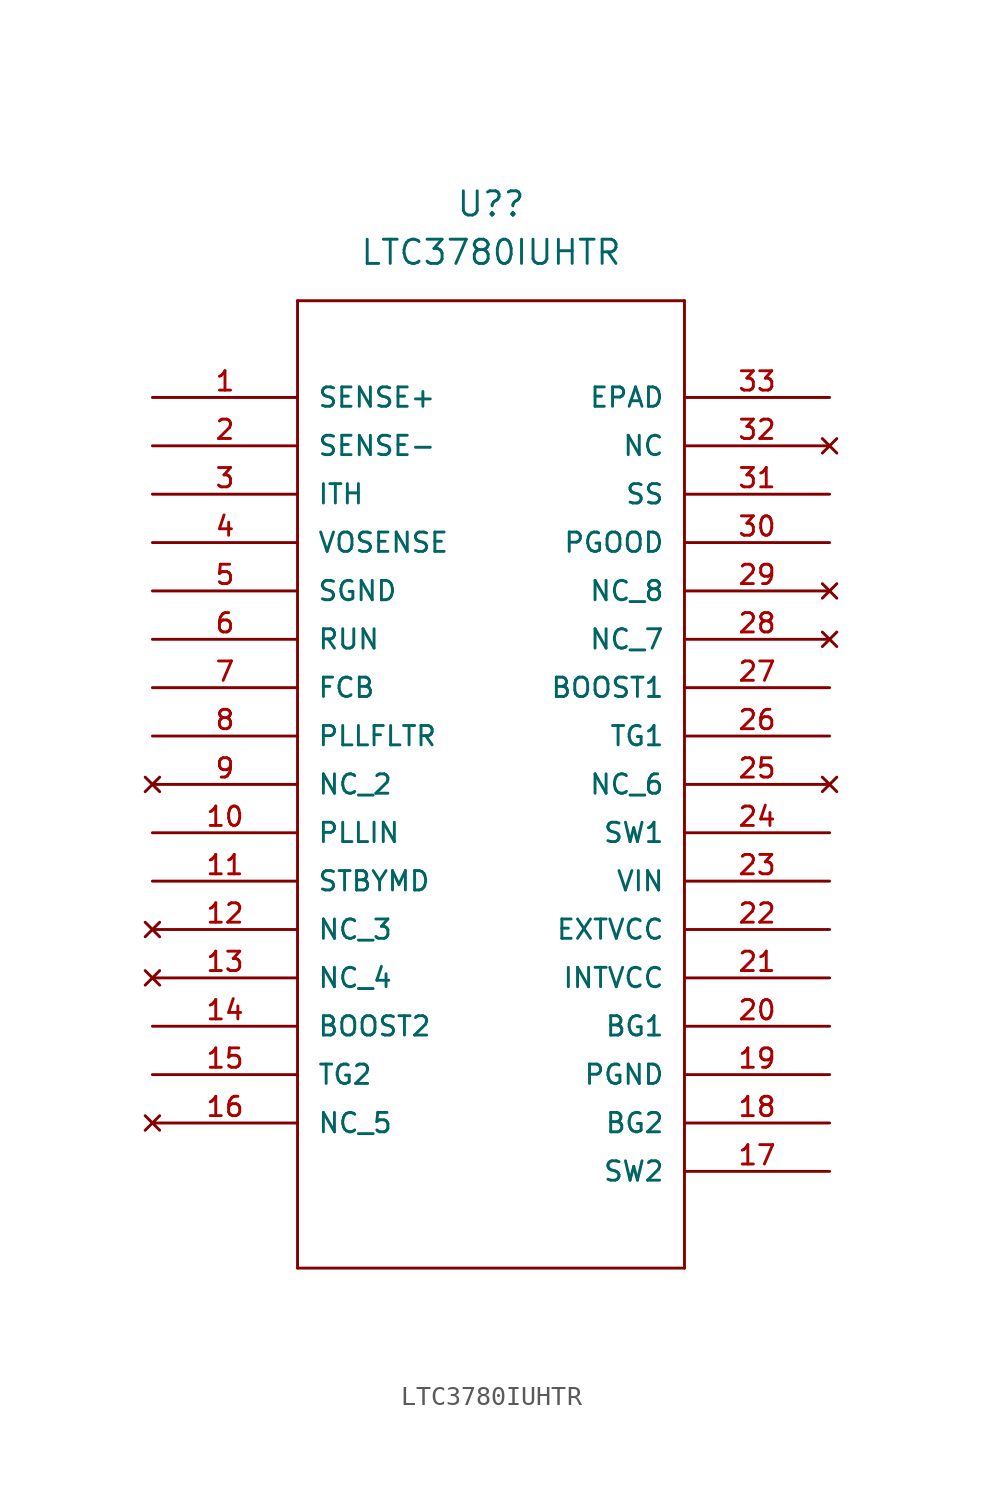
<source format=kicad_sym>
(kicad_symbol_lib
  (version 20211014)
  (generator kicad_symbol_editor)
  (symbol "LTC3780IUHTR"
    (pin_names
      (offset 1.016))
    (property "Reference" "U?"
      (at 17.78 10.16 0)
      (effects (font (size 1.27 1.27))))
    (property "Value" "LTC3780IUHTR"
      (at 17.78 7.62 0)
      (effects (font (size 1.27 1.27))))
    (property "ki_locked" ""
      (at 0 0 0)
      (effects (font (size 1.27 1.27))))
    (symbol "LTC3780IUHTR_0_0"
      (polyline (pts (xy 7.62 -45.72) (xy 27.94 -45.72)) (stroke (width 0.152) (type default) (color 0 0 0 0)) (fill (type none)))
      (polyline (pts (xy 7.62 5.08) (xy 7.62 -45.72)) (stroke (width 0.152) (type default) (color 0 0 0 0)) (fill (type none)))
      (polyline (pts (xy 27.94 -45.72) (xy 27.94 5.08)) (stroke (width 0.152) (type default) (color 0 0 0 0)) (fill (type none)))
      (polyline (pts (xy 27.94 5.08) (xy 7.62 5.08)) (stroke (width 0.152) (type default) (color 0 0 0 0)) (fill (type none)))
      (pin input line (at 0 0 0) (length 7.62) (name "SENSE+" (effects (font (size 1.016 1.016)))) (number "1" (effects (font (size 1.016 1.016)))))
      (pin input line (at 0 -22.86 0) (length 7.62) (name "PLLIN" (effects (font (size 1.016 1.016)))) (number "10" (effects (font (size 1.016 1.016)))))
      (pin passive line (at 0 -25.4 0) (length 7.62) (name "STBYMD" (effects (font (size 1.016 1.016)))) (number "11" (effects (font (size 1.016 1.016)))))
      (pin no_connect line (at 0 -27.94 0) (length 7.62) (name "NC_3" (effects (font (size 1.016 1.016)))) (number "12" (effects (font (size 1.016 1.016)))))
      (pin no_connect line (at 0 -30.48 0) (length 7.62) (name "NC_4" (effects (font (size 1.016 1.016)))) (number "13" (effects (font (size 1.016 1.016)))))
      (pin passive line (at 0 -33.02 0) (length 7.62) (name "BOOST2" (effects (font (size 1.016 1.016)))) (number "14" (effects (font (size 1.016 1.016)))))
      (pin passive line (at 0 -35.56 0) (length 7.62) (name "TG2" (effects (font (size 1.016 1.016)))) (number "15" (effects (font (size 1.016 1.016)))))
      (pin no_connect line (at 0 -38.1 0) (length 7.62) (name "NC_5" (effects (font (size 1.016 1.016)))) (number "16" (effects (font (size 1.016 1.016)))))
      (pin passive line (at 35.56 -40.64 180) (length 7.62) (name "SW2" (effects (font (size 1.016 1.016)))) (number "17" (effects (font (size 1.016 1.016)))))
      (pin passive line (at 35.56 -38.1 180) (length 7.62) (name "BG2" (effects (font (size 1.016 1.016)))) (number "18" (effects (font (size 1.016 1.016)))))
      (pin power_in line (at 35.56 -35.56 180) (length 7.62) (name "PGND" (effects (font (size 1.016 1.016)))) (number "19" (effects (font (size 1.016 1.016)))))
      (pin input line (at 0 -2.54 0) (length 7.62) (name "SENSE-" (effects (font (size 1.016 1.016)))) (number "2" (effects (font (size 1.016 1.016)))))
      (pin passive line (at 35.56 -33.02 180) (length 7.62) (name "BG1" (effects (font (size 1.016 1.016)))) (number "20" (effects (font (size 1.016 1.016)))))
      (pin output line (at 35.56 -30.48 180) (length 7.62) (name "INTVCC" (effects (font (size 1.016 1.016)))) (number "21" (effects (font (size 1.016 1.016)))))
      (pin input line (at 35.56 -27.94 180) (length 7.62) (name "EXTVCC" (effects (font (size 1.016 1.016)))) (number "22" (effects (font (size 1.016 1.016)))))
      (pin input line (at 35.56 -25.4 180) (length 7.62) (name "VIN" (effects (font (size 1.016 1.016)))) (number "23" (effects (font (size 1.016 1.016)))))
      (pin passive line (at 35.56 -22.86 180) (length 7.62) (name "SW1" (effects (font (size 1.016 1.016)))) (number "24" (effects (font (size 1.016 1.016)))))
      (pin no_connect line (at 35.56 -20.32 180) (length 7.62) (name "NC_6" (effects (font (size 1.016 1.016)))) (number "25" (effects (font (size 1.016 1.016)))))
      (pin passive line (at 35.56 -17.78 180) (length 7.62) (name "TG1" (effects (font (size 1.016 1.016)))) (number "26" (effects (font (size 1.016 1.016)))))
      (pin passive line (at 35.56 -15.24 180) (length 7.62) (name "BOOST1" (effects (font (size 1.016 1.016)))) (number "27" (effects (font (size 1.016 1.016)))))
      (pin no_connect line (at 35.56 -12.7 180) (length 7.62) (name "NC_7" (effects (font (size 1.016 1.016)))) (number "28" (effects (font (size 1.016 1.016)))))
      (pin no_connect line (at 35.56 -10.16 180) (length 7.62) (name "NC_8" (effects (font (size 1.016 1.016)))) (number "29" (effects (font (size 1.016 1.016)))))
      (pin passive line (at 0 -5.08 0) (length 7.62) (name "ITH" (effects (font (size 1.016 1.016)))) (number "3" (effects (font (size 1.016 1.016)))))
      (pin output line (at 35.56 -7.62 180) (length 7.62) (name "PGOOD" (effects (font (size 1.016 1.016)))) (number "30" (effects (font (size 1.016 1.016)))))
      (pin input line (at 35.56 -5.08 180) (length 7.62) (name "SS" (effects (font (size 1.016 1.016)))) (number "31" (effects (font (size 1.016 1.016)))))
      (pin no_connect line (at 35.56 -2.54 180) (length 7.62) (name "NC" (effects (font (size 1.016 1.016)))) (number "32" (effects (font (size 1.016 1.016)))))
      (pin passive line (at 35.56 0 180) (length 7.62) (name "EPAD" (effects (font (size 1.016 1.016)))) (number "33" (effects (font (size 1.016 1.016)))))
      (pin input line (at 0 -7.62 0) (length 7.62) (name "VOSENSE" (effects (font (size 1.016 1.016)))) (number "4" (effects (font (size 1.016 1.016)))))
      (pin power_in line (at 0 -10.16 0) (length 7.62) (name "SGND" (effects (font (size 1.016 1.016)))) (number "5" (effects (font (size 1.016 1.016)))))
      (pin input line (at 0 -12.7 0) (length 7.62) (name "RUN" (effects (font (size 1.016 1.016)))) (number "6" (effects (font (size 1.016 1.016)))))
      (pin input line (at 0 -15.24 0) (length 7.62) (name "FCB" (effects (font (size 1.016 1.016)))) (number "7" (effects (font (size 1.016 1.016)))))
      (pin passive line (at 0 -17.78 0) (length 7.62) (name "PLLFLTR" (effects (font (size 1.016 1.016)))) (number "8" (effects (font (size 1.016 1.016)))))
      (pin no_connect line (at 0 -20.32 0) (length 7.62) (name "NC_2" (effects (font (size 1.016 1.016)))) (number "9" (effects (font (size 1.016 1.016))))))))
</source>
